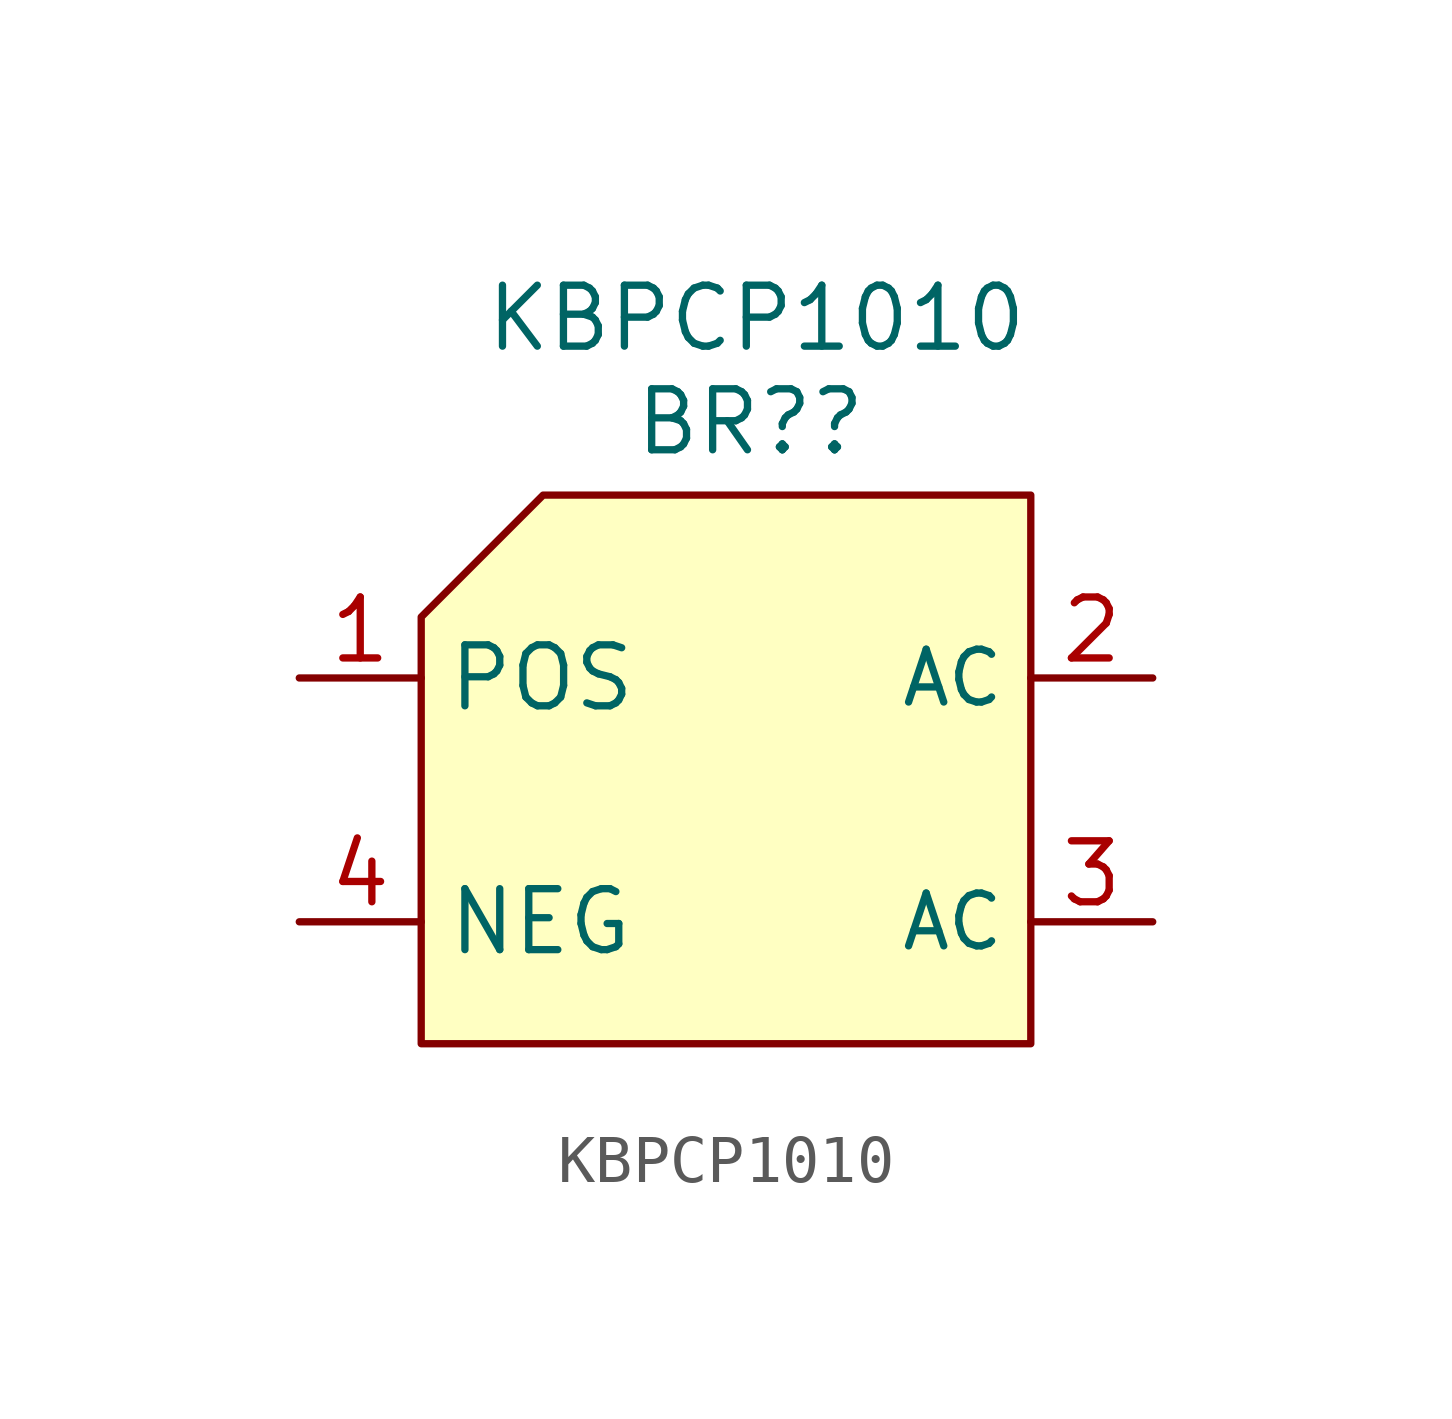
<source format=kicad_sym>
(kicad_symbol_lib
  (version 20211014)
  (generator kicad_symbol_editor)
  (symbol "KBPCP1010"
    (property "Reference" "BR?"
      (at 0.508 7.874 0)
      (effects (font (size 1.27 1.27))))
    (property "Value" "KBPCP1010"
      (at 0.635 10.033 0)
      (effects (font (size 1.27 1.27))))
    (symbol "KBPCP1010_0_1"
      (polyline (pts (xy -3.81 6.35) (xy 6.35 6.35) (xy 6.35 -5.08) (xy -6.35 -5.08) (xy -6.35 3.81) (xy -3.81 6.35)) (stroke (width 0) (type default) (color 0 0 0 0)) (fill (type background))))
    (symbol "KBPCP1010_1_1"
      (pin output line (at -8.89 2.54 0) (length 2.54) (name "POS" (effects (font (size 1.27 1.27)))) (number "1" (effects (font (size 1.27 1.27)))))
      (pin input line (at 8.89 2.54 180) (length 2.54) (name "AC" (effects (font (size 1.1 1.1)))) (number "2" (effects (font (size 1.27 1.27)))))
      (pin input line (at 8.89 -2.54 180) (length 2.54) (name "AC" (effects (font (size 1.1 1.1)))) (number "3" (effects (font (size 1.27 1.27)))))
      (pin output line (at -8.89 -2.54 0) (length 2.54) (name "NEG" (effects (font (size 1.27 1.27)))) (number "4" (effects (font (size 1.27 1.27))))))))
</source>
